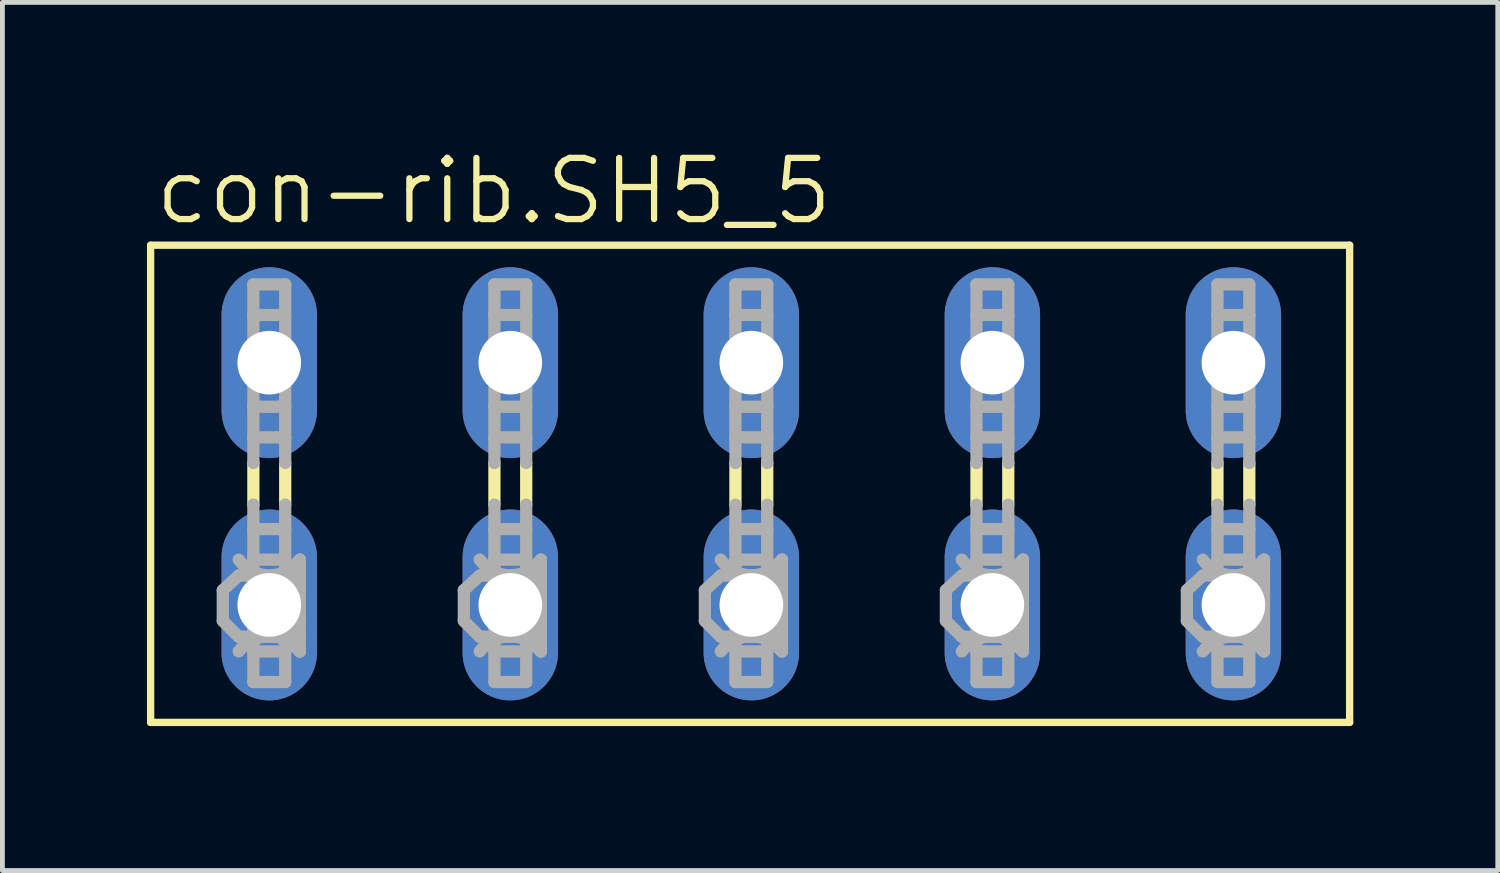
<source format=kicad_pcb>
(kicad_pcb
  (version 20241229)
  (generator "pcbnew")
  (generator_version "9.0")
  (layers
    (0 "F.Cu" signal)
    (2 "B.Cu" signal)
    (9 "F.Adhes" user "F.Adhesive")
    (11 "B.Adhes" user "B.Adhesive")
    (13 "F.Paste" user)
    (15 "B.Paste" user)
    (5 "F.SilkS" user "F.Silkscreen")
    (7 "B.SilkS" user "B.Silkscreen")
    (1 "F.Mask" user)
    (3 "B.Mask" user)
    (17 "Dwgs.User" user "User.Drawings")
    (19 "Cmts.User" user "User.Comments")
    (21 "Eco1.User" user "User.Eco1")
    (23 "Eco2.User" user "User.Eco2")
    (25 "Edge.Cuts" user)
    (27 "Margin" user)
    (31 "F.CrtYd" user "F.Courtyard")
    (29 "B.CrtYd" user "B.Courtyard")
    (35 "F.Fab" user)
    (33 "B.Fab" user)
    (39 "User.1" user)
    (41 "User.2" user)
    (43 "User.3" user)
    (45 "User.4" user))
  (footprint "con-rib.SH5_5"
    (layer "F.Cu")
    (at 12.548 6.994)
    (property "Reference" "con-rib.SH5_5" (at -12.446 -5.334 0) (layer "F.SilkS") (effects (font (size 1.27 1.27) (thickness 0.13)) (justify left bottom)))
    (attr through_hole)
    (fp_line (start -12.471 -4.953) (end -12.471 4.953) (stroke (width 0.152) (type default)) (layer "F.SilkS"))
    (fp_line (start -12.471 -4.953) (end 12.421 -4.953) (stroke (width 0.152) (type default)) (layer "F.SilkS"))
    (fp_line (start -10.338 0.432) (end -10.338 -0.432) (stroke (width 0.254) (type default)) (layer "F.SilkS"))
    (fp_line (start -9.677 0.432) (end -9.677 -0.432) (stroke (width 0.254) (type default)) (layer "F.SilkS"))
    (fp_line (start -5.334 0.432) (end -5.334 -0.432) (stroke (width 0.254) (type default)) (layer "F.SilkS"))
    (fp_line (start -4.674 0.432) (end -4.674 -0.432) (stroke (width 0.254) (type default)) (layer "F.SilkS"))
    (fp_line (start -0.33 0.432) (end -0.33 -0.432) (stroke (width 0.254) (type default)) (layer "F.SilkS"))
    (fp_line (start 0.33 0.432) (end 0.33 -0.432) (stroke (width 0.254) (type default)) (layer "F.SilkS"))
    (fp_line (start 4.674 0.432) (end 4.674 -0.432) (stroke (width 0.254) (type default)) (layer "F.SilkS"))
    (fp_line (start 5.334 0.432) (end 5.334 -0.432) (stroke (width 0.254) (type default)) (layer "F.SilkS"))
    (fp_line (start 9.677 0.432) (end 9.677 -0.432) (stroke (width 0.254) (type default)) (layer "F.SilkS"))
    (fp_line (start 10.338 0.432) (end 10.338 -0.432) (stroke (width 0.254) (type default)) (layer "F.SilkS"))
    (fp_line (start 12.421 4.953) (end -12.471 4.953) (stroke (width 0.152) (type default)) (layer "F.SilkS"))
    (fp_line (start 12.421 4.953) (end 12.421 -4.953) (stroke (width 0.152) (type default)) (layer "F.SilkS"))
    (fp_line (start -10.973 2.21) (end -10.643 1.905) (stroke (width 0.254) (type default)) (layer "F.Fab"))
    (fp_line (start -10.973 2.845) (end -10.973 2.21) (stroke (width 0.254) (type default)) (layer "F.Fab"))
    (fp_line (start -10.973 2.845) (end -10.643 3.175) (stroke (width 0.254) (type default)) (layer "F.Fab"))
    (fp_line (start -10.338 -4.14) (end -9.677 -4.14) (stroke (width 0.254) (type default)) (layer "F.Fab"))
    (fp_line (start -10.338 -3.505) (end -10.338 -4.14) (stroke (width 0.254) (type default)) (layer "F.Fab"))
    (fp_line (start -10.338 -3.505) (end -10.338 -1.6) (stroke (width 0.254) (type default)) (layer "F.Fab"))
    (fp_line (start -10.338 -1.6) (end -10.338 -0.965) (stroke (width 0.254) (type default)) (layer "F.Fab"))
    (fp_line (start -10.338 -1.6) (end -9.677 -1.6) (stroke (width 0.254) (type default)) (layer "F.Fab"))
    (fp_line (start -10.338 -0.965) (end -9.677 -0.965) (stroke (width 0.254) (type default)) (layer "F.Fab"))
    (fp_line (start -10.338 -0.432) (end -10.338 -0.965) (stroke (width 0.254) (type default)) (layer "F.Fab"))
    (fp_line (start -10.338 0.94) (end -10.338 0.432) (stroke (width 0.254) (type default)) (layer "F.Fab"))
    (fp_line (start -10.338 0.94) (end -9.677 0.94) (stroke (width 0.254) (type default)) (layer "F.Fab"))
    (fp_line (start -10.338 1.575) (end -10.338 0.94) (stroke (width 0.254) (type default)) (layer "F.Fab"))
    (fp_line (start -10.338 1.575) (end -10.338 3.48) (stroke (width 0.254) (type default)) (layer "F.Fab"))
    (fp_line (start -10.338 3.48) (end -10.338 4.115) (stroke (width 0.254) (type default)) (layer "F.Fab"))
    (fp_line (start -10.338 3.48) (end -9.677 3.48) (stroke (width 0.254) (type default)) (layer "F.Fab"))
    (fp_line (start -10.338 4.115) (end -9.677 4.115) (stroke (width 0.254) (type default)) (layer "F.Fab"))
    (fp_line (start -9.677 -4.14) (end -9.677 -3.505) (stroke (width 0.254) (type default)) (layer "F.Fab"))
    (fp_line (start -9.677 -3.505) (end -10.338 -3.505) (stroke (width 0.254) (type default)) (layer "F.Fab"))
    (fp_line (start -9.677 -1.6) (end -9.677 -3.505) (stroke (width 0.254) (type default)) (layer "F.Fab"))
    (fp_line (start -9.677 -0.965) (end -9.677 -1.6) (stroke (width 0.254) (type default)) (layer "F.Fab"))
    (fp_line (start -9.677 -0.432) (end -9.677 -0.965) (stroke (width 0.254) (type default)) (layer "F.Fab"))
    (fp_line (start -9.677 0.94) (end -9.677 0.432) (stroke (width 0.254) (type default)) (layer "F.Fab"))
    (fp_line (start -9.677 0.94) (end -9.677 1.575) (stroke (width 0.254) (type default)) (layer "F.Fab"))
    (fp_line (start -9.677 1.575) (end -10.338 1.575) (stroke (width 0.254) (type default)) (layer "F.Fab"))
    (fp_line (start -9.677 1.905) (end -10.643 1.905) (stroke (width 0.254) (type default)) (layer "F.Fab"))
    (fp_line (start -9.677 1.905) (end -9.677 1.575) (stroke (width 0.254) (type default)) (layer "F.Fab"))
    (fp_line (start -9.677 1.905) (end -9.373 1.575) (stroke (width 0.254) (type default)) (layer "F.Fab"))
    (fp_line (start -9.677 1.905) (end -9.373 2.21) (stroke (width 0.254) (type default)) (layer "F.Fab"))
    (fp_line (start -9.677 3.175) (end -10.643 3.175) (stroke (width 0.254) (type default)) (layer "F.Fab"))
    (fp_line (start -9.677 3.175) (end -9.677 1.905) (stroke (width 0.254) (type default)) (layer "F.Fab"))
    (fp_line (start -9.677 3.175) (end -9.373 2.845) (stroke (width 0.254) (type default)) (layer "F.Fab"))
    (fp_line (start -9.677 3.175) (end -9.373 3.48) (stroke (width 0.254) (type default)) (layer "F.Fab"))
    (fp_line (start -9.677 3.48) (end -9.677 3.175) (stroke (width 0.254) (type default)) (layer "F.Fab"))
    (fp_line (start -9.677 4.115) (end -9.677 3.48) (stroke (width 0.254) (type default)) (layer "F.Fab"))
    (fp_line (start -9.373 1.905) (end -9.677 1.905) (stroke (width 0.254) (type default)) (layer "F.Fab"))
    (fp_line (start -9.373 1.905) (end -9.373 1.575) (stroke (width 0.254) (type default)) (layer "F.Fab"))
    (fp_line (start -9.373 2.21) (end -9.373 1.905) (stroke (width 0.254) (type default)) (layer "F.Fab"))
    (fp_line (start -9.373 2.845) (end -9.373 2.21) (stroke (width 0.254) (type default)) (layer "F.Fab"))
    (fp_line (start -9.373 3.175) (end -9.677 3.175) (stroke (width 0.254) (type default)) (layer "F.Fab"))
    (fp_line (start -9.373 3.175) (end -9.373 2.845) (stroke (width 0.254) (type default)) (layer "F.Fab"))
    (fp_line (start -9.373 3.48) (end -9.373 3.175) (stroke (width 0.254) (type default)) (layer "F.Fab"))
    (fp_line (start -5.969 2.21) (end -5.639 1.905) (stroke (width 0.254) (type default)) (layer "F.Fab"))
    (fp_line (start -5.969 2.845) (end -5.969 2.21) (stroke (width 0.254) (type default)) (layer "F.Fab"))
    (fp_line (start -5.969 2.845) (end -5.639 3.175) (stroke (width 0.254) (type default)) (layer "F.Fab"))
    (fp_line (start -5.334 -4.14) (end -4.674 -4.14) (stroke (width 0.254) (type default)) (layer "F.Fab"))
    (fp_line (start -5.334 -3.505) (end -5.334 -4.14) (stroke (width 0.254) (type default)) (layer "F.Fab"))
    (fp_line (start -5.334 -3.505) (end -5.334 -1.6) (stroke (width 0.254) (type default)) (layer "F.Fab"))
    (fp_line (start -5.334 -1.6) (end -5.334 -0.965) (stroke (width 0.254) (type default)) (layer "F.Fab"))
    (fp_line (start -5.334 -1.6) (end -4.674 -1.6) (stroke (width 0.254) (type default)) (layer "F.Fab"))
    (fp_line (start -5.334 -0.965) (end -4.674 -0.965) (stroke (width 0.254) (type default)) (layer "F.Fab"))
    (fp_line (start -5.334 -0.432) (end -5.334 -0.965) (stroke (width 0.254) (type default)) (layer "F.Fab"))
    (fp_line (start -5.334 0.94) (end -5.334 0.432) (stroke (width 0.254) (type default)) (layer "F.Fab"))
    (fp_line (start -5.334 0.94) (end -4.674 0.94) (stroke (width 0.254) (type default)) (layer "F.Fab"))
    (fp_line (start -5.334 1.575) (end -5.334 0.94) (stroke (width 0.254) (type default)) (layer "F.Fab"))
    (fp_line (start -5.334 1.575) (end -5.334 3.48) (stroke (width 0.254) (type default)) (layer "F.Fab"))
    (fp_line (start -5.334 3.48) (end -5.334 4.115) (stroke (width 0.254) (type default)) (layer "F.Fab"))
    (fp_line (start -5.334 3.48) (end -4.674 3.48) (stroke (width 0.254) (type default)) (layer "F.Fab"))
    (fp_line (start -5.334 4.115) (end -4.674 4.115) (stroke (width 0.254) (type default)) (layer "F.Fab"))
    (fp_line (start -4.674 -4.14) (end -4.674 -3.505) (stroke (width 0.254) (type default)) (layer "F.Fab"))
    (fp_line (start -4.674 -3.505) (end -5.334 -3.505) (stroke (width 0.254) (type default)) (layer "F.Fab"))
    (fp_line (start -4.674 -1.6) (end -4.674 -3.505) (stroke (width 0.254) (type default)) (layer "F.Fab"))
    (fp_line (start -4.674 -0.965) (end -4.674 -1.6) (stroke (width 0.254) (type default)) (layer "F.Fab"))
    (fp_line (start -4.674 -0.432) (end -4.674 -0.965) (stroke (width 0.254) (type default)) (layer "F.Fab"))
    (fp_line (start -4.674 0.94) (end -4.674 0.432) (stroke (width 0.254) (type default)) (layer "F.Fab"))
    (fp_line (start -4.674 0.94) (end -4.674 1.575) (stroke (width 0.254) (type default)) (layer "F.Fab"))
    (fp_line (start -4.674 1.575) (end -5.334 1.575) (stroke (width 0.254) (type default)) (layer "F.Fab"))
    (fp_line (start -4.674 1.905) (end -5.639 1.905) (stroke (width 0.254) (type default)) (layer "F.Fab"))
    (fp_line (start -4.674 1.905) (end -4.674 1.575) (stroke (width 0.254) (type default)) (layer "F.Fab"))
    (fp_line (start -4.674 1.905) (end -4.369 1.575) (stroke (width 0.254) (type default)) (layer "F.Fab"))
    (fp_line (start -4.674 1.905) (end -4.369 2.21) (stroke (width 0.254) (type default)) (layer "F.Fab"))
    (fp_line (start -4.674 3.175) (end -5.639 3.175) (stroke (width 0.254) (type default)) (layer "F.Fab"))
    (fp_line (start -4.674 3.175) (end -4.674 1.905) (stroke (width 0.254) (type default)) (layer "F.Fab"))
    (fp_line (start -4.674 3.175) (end -4.369 2.845) (stroke (width 0.254) (type default)) (layer "F.Fab"))
    (fp_line (start -4.674 3.175) (end -4.369 3.48) (stroke (width 0.254) (type default)) (layer "F.Fab"))
    (fp_line (start -4.674 3.48) (end -4.674 3.175) (stroke (width 0.254) (type default)) (layer "F.Fab"))
    (fp_line (start -4.674 4.115) (end -4.674 3.48) (stroke (width 0.254) (type default)) (layer "F.Fab"))
    (fp_line (start -4.369 1.905) (end -4.674 1.905) (stroke (width 0.254) (type default)) (layer "F.Fab"))
    (fp_line (start -4.369 1.905) (end -4.369 1.575) (stroke (width 0.254) (type default)) (layer "F.Fab"))
    (fp_line (start -4.369 2.21) (end -4.369 1.905) (stroke (width 0.254) (type default)) (layer "F.Fab"))
    (fp_line (start -4.369 2.845) (end -4.369 2.21) (stroke (width 0.254) (type default)) (layer "F.Fab"))
    (fp_line (start -4.369 3.175) (end -4.674 3.175) (stroke (width 0.254) (type default)) (layer "F.Fab"))
    (fp_line (start -4.369 3.175) (end -4.369 2.845) (stroke (width 0.254) (type default)) (layer "F.Fab"))
    (fp_line (start -4.369 3.48) (end -4.369 3.175) (stroke (width 0.254) (type default)) (layer "F.Fab"))
    (fp_line (start -0.965 2.21) (end -0.635 1.905) (stroke (width 0.254) (type default)) (layer "F.Fab"))
    (fp_line (start -0.965 2.845) (end -0.965 2.21) (stroke (width 0.254) (type default)) (layer "F.Fab"))
    (fp_line (start -0.965 2.845) (end -0.635 3.175) (stroke (width 0.254) (type default)) (layer "F.Fab"))
    (fp_line (start -0.33 -4.14) (end 0.33 -4.14) (stroke (width 0.254) (type default)) (layer "F.Fab"))
    (fp_line (start -0.33 -3.505) (end -0.33 -4.14) (stroke (width 0.254) (type default)) (layer "F.Fab"))
    (fp_line (start -0.33 -3.505) (end -0.33 -1.6) (stroke (width 0.254) (type default)) (layer "F.Fab"))
    (fp_line (start -0.33 -1.6) (end 0.33 -1.6) (stroke (width 0.254) (type default)) (layer "F.Fab"))
    (fp_line (start -0.33 -0.965) (end -0.33 -1.6) (stroke (width 0.254) (type default)) (layer "F.Fab"))
    (fp_line (start -0.33 -0.965) (end 0.33 -0.965) (stroke (width 0.254) (type default)) (layer "F.Fab"))
    (fp_line (start -0.33 -0.432) (end -0.33 -0.965) (stroke (width 0.254) (type default)) (layer "F.Fab"))
    (fp_line (start -0.33 0.94) (end -0.33 0.432) (stroke (width 0.254) (type default)) (layer "F.Fab"))
    (fp_line (start -0.33 0.94) (end 0.33 0.94) (stroke (width 0.254) (type default)) (layer "F.Fab"))
    (fp_line (start -0.33 1.575) (end -0.33 0.94) (stroke (width 0.254) (type default)) (layer "F.Fab"))
    (fp_line (start -0.33 1.575) (end -0.33 3.48) (stroke (width 0.254) (type default)) (layer "F.Fab"))
    (fp_line (start -0.33 3.48) (end -0.33 4.115) (stroke (width 0.254) (type default)) (layer "F.Fab"))
    (fp_line (start -0.33 3.48) (end 0.33 3.48) (stroke (width 0.254) (type default)) (layer "F.Fab"))
    (fp_line (start -0.33 4.115) (end 0.33 4.115) (stroke (width 0.254) (type default)) (layer "F.Fab"))
    (fp_line (start 0.33 -4.14) (end 0.33 -3.505) (stroke (width 0.254) (type default)) (layer "F.Fab"))
    (fp_line (start 0.33 -3.505) (end -0.33 -3.505) (stroke (width 0.254) (type default)) (layer "F.Fab"))
    (fp_line (start 0.33 -1.6) (end 0.33 -3.505) (stroke (width 0.254) (type default)) (layer "F.Fab"))
    (fp_line (start 0.33 -0.965) (end 0.33 -1.6) (stroke (width 0.254) (type default)) (layer "F.Fab"))
    (fp_line (start 0.33 -0.432) (end 0.33 -0.965) (stroke (width 0.254) (type default)) (layer "F.Fab"))
    (fp_line (start 0.33 0.94) (end 0.33 0.432) (stroke (width 0.254) (type default)) (layer "F.Fab"))
    (fp_line (start 0.33 0.94) (end 0.33 1.575) (stroke (width 0.254) (type default)) (layer "F.Fab"))
    (fp_line (start 0.33 1.575) (end -0.33 1.575) (stroke (width 0.254) (type default)) (layer "F.Fab"))
    (fp_line (start 0.33 1.905) (end -0.635 1.905) (stroke (width 0.254) (type default)) (layer "F.Fab"))
    (fp_line (start 0.33 1.905) (end 0.33 1.575) (stroke (width 0.254) (type default)) (layer "F.Fab"))
    (fp_line (start 0.33 1.905) (end 0.635 1.575) (stroke (width 0.254) (type default)) (layer "F.Fab"))
    (fp_line (start 0.33 1.905) (end 0.635 2.21) (stroke (width 0.254) (type default)) (layer "F.Fab"))
    (fp_line (start 0.33 3.175) (end -0.635 3.175) (stroke (width 0.254) (type default)) (layer "F.Fab"))
    (fp_line (start 0.33 3.175) (end 0.33 1.905) (stroke (width 0.254) (type default)) (layer "F.Fab"))
    (fp_line (start 0.33 3.175) (end 0.635 2.845) (stroke (width 0.254) (type default)) (layer "F.Fab"))
    (fp_line (start 0.33 3.175) (end 0.635 3.48) (stroke (width 0.254) (type default)) (layer "F.Fab"))
    (fp_line (start 0.33 3.48) (end 0.33 3.175) (stroke (width 0.254) (type default)) (layer "F.Fab"))
    (fp_line (start 0.33 4.115) (end 0.33 3.48) (stroke (width 0.254) (type default)) (layer "F.Fab"))
    (fp_line (start 0.635 1.905) (end 0.33 1.905) (stroke (width 0.254) (type default)) (layer "F.Fab"))
    (fp_line (start 0.635 1.905) (end 0.635 1.575) (stroke (width 0.254) (type default)) (layer "F.Fab"))
    (fp_line (start 0.635 2.21) (end 0.635 1.905) (stroke (width 0.254) (type default)) (layer "F.Fab"))
    (fp_line (start 0.635 2.845) (end 0.635 2.21) (stroke (width 0.254) (type default)) (layer "F.Fab"))
    (fp_line (start 0.635 3.175) (end 0.33 3.175) (stroke (width 0.254) (type default)) (layer "F.Fab"))
    (fp_line (start 0.635 3.175) (end 0.635 2.845) (stroke (width 0.254) (type default)) (layer "F.Fab"))
    (fp_line (start 0.635 3.48) (end 0.635 3.175) (stroke (width 0.254) (type default)) (layer "F.Fab"))
    (fp_line (start 4.039 2.21) (end 4.369 1.905) (stroke (width 0.254) (type default)) (layer "F.Fab"))
    (fp_line (start 4.039 2.845) (end 4.039 2.21) (stroke (width 0.254) (type default)) (layer "F.Fab"))
    (fp_line (start 4.039 2.845) (end 4.369 3.175) (stroke (width 0.254) (type default)) (layer "F.Fab"))
    (fp_line (start 4.674 -4.14) (end 5.334 -4.14) (stroke (width 0.254) (type default)) (layer "F.Fab"))
    (fp_line (start 4.674 -3.505) (end 4.674 -4.14) (stroke (width 0.254) (type default)) (layer "F.Fab"))
    (fp_line (start 4.674 -3.505) (end 4.674 -1.6) (stroke (width 0.254) (type default)) (layer "F.Fab"))
    (fp_line (start 4.674 -1.6) (end 5.334 -1.6) (stroke (width 0.254) (type default)) (layer "F.Fab"))
    (fp_line (start 4.674 -0.965) (end 4.674 -1.6) (stroke (width 0.254) (type default)) (layer "F.Fab"))
    (fp_line (start 4.674 -0.965) (end 5.334 -0.965) (stroke (width 0.254) (type default)) (layer "F.Fab"))
    (fp_line (start 4.674 -0.432) (end 4.674 -0.965) (stroke (width 0.254) (type default)) (layer "F.Fab"))
    (fp_line (start 4.674 0.94) (end 4.674 0.432) (stroke (width 0.254) (type default)) (layer "F.Fab"))
    (fp_line (start 4.674 0.94) (end 5.334 0.94) (stroke (width 0.254) (type default)) (layer "F.Fab"))
    (fp_line (start 4.674 1.575) (end 4.674 0.94) (stroke (width 0.254) (type default)) (layer "F.Fab"))
    (fp_line (start 4.674 1.575) (end 4.674 3.48) (stroke (width 0.254) (type default)) (layer "F.Fab"))
    (fp_line (start 4.674 3.48) (end 4.674 4.115) (stroke (width 0.254) (type default)) (layer "F.Fab"))
    (fp_line (start 4.674 3.48) (end 5.334 3.48) (stroke (width 0.254) (type default)) (layer "F.Fab"))
    (fp_line (start 4.674 4.115) (end 5.334 4.115) (stroke (width 0.254) (type default)) (layer "F.Fab"))
    (fp_line (start 5.334 -4.14) (end 5.334 -3.505) (stroke (width 0.254) (type default)) (layer "F.Fab"))
    (fp_line (start 5.334 -3.505) (end 4.674 -3.505) (stroke (width 0.254) (type default)) (layer "F.Fab"))
    (fp_line (start 5.334 -1.6) (end 5.334 -3.505) (stroke (width 0.254) (type default)) (layer "F.Fab"))
    (fp_line (start 5.334 -0.965) (end 5.334 -1.6) (stroke (width 0.254) (type default)) (layer "F.Fab"))
    (fp_line (start 5.334 -0.432) (end 5.334 -0.965) (stroke (width 0.254) (type default)) (layer "F.Fab"))
    (fp_line (start 5.334 0.94) (end 5.334 0.432) (stroke (width 0.254) (type default)) (layer "F.Fab"))
    (fp_line (start 5.334 0.94) (end 5.334 1.575) (stroke (width 0.254) (type default)) (layer "F.Fab"))
    (fp_line (start 5.334 1.575) (end 4.674 1.575) (stroke (width 0.254) (type default)) (layer "F.Fab"))
    (fp_line (start 5.334 1.905) (end 4.369 1.905) (stroke (width 0.254) (type default)) (layer "F.Fab"))
    (fp_line (start 5.334 1.905) (end 5.334 1.575) (stroke (width 0.254) (type default)) (layer "F.Fab"))
    (fp_line (start 5.334 1.905) (end 5.639 1.575) (stroke (width 0.254) (type default)) (layer "F.Fab"))
    (fp_line (start 5.334 1.905) (end 5.639 2.21) (stroke (width 0.254) (type default)) (layer "F.Fab"))
    (fp_line (start 5.334 3.175) (end 4.369 3.175) (stroke (width 0.254) (type default)) (layer "F.Fab"))
    (fp_line (start 5.334 3.175) (end 5.334 1.905) (stroke (width 0.254) (type default)) (layer "F.Fab"))
    (fp_line (start 5.334 3.175) (end 5.639 2.845) (stroke (width 0.254) (type default)) (layer "F.Fab"))
    (fp_line (start 5.334 3.175) (end 5.639 3.48) (stroke (width 0.254) (type default)) (layer "F.Fab"))
    (fp_line (start 5.334 3.48) (end 5.334 3.175) (stroke (width 0.254) (type default)) (layer "F.Fab"))
    (fp_line (start 5.334 4.115) (end 5.334 3.48) (stroke (width 0.254) (type default)) (layer "F.Fab"))
    (fp_line (start 5.639 1.905) (end 5.334 1.905) (stroke (width 0.254) (type default)) (layer "F.Fab"))
    (fp_line (start 5.639 1.905) (end 5.639 1.575) (stroke (width 0.254) (type default)) (layer "F.Fab"))
    (fp_line (start 5.639 2.21) (end 5.639 1.905) (stroke (width 0.254) (type default)) (layer "F.Fab"))
    (fp_line (start 5.639 2.845) (end 5.639 2.21) (stroke (width 0.254) (type default)) (layer "F.Fab"))
    (fp_line (start 5.639 3.175) (end 5.334 3.175) (stroke (width 0.254) (type default)) (layer "F.Fab"))
    (fp_line (start 5.639 3.175) (end 5.639 2.845) (stroke (width 0.254) (type default)) (layer "F.Fab"))
    (fp_line (start 5.639 3.48) (end 5.639 3.175) (stroke (width 0.254) (type default)) (layer "F.Fab"))
    (fp_line (start 9.042 2.21) (end 9.373 1.905) (stroke (width 0.254) (type default)) (layer "F.Fab"))
    (fp_line (start 9.042 2.845) (end 9.042 2.21) (stroke (width 0.254) (type default)) (layer "F.Fab"))
    (fp_line (start 9.042 2.845) (end 9.373 3.175) (stroke (width 0.254) (type default)) (layer "F.Fab"))
    (fp_line (start 9.677 -4.14) (end 10.338 -4.14) (stroke (width 0.254) (type default)) (layer "F.Fab"))
    (fp_line (start 9.677 -3.505) (end 9.677 -4.14) (stroke (width 0.254) (type default)) (layer "F.Fab"))
    (fp_line (start 9.677 -3.505) (end 9.677 -1.6) (stroke (width 0.254) (type default)) (layer "F.Fab"))
    (fp_line (start 9.677 -1.6) (end 10.338 -1.6) (stroke (width 0.254) (type default)) (layer "F.Fab"))
    (fp_line (start 9.677 -0.965) (end 9.677 -1.6) (stroke (width 0.254) (type default)) (layer "F.Fab"))
    (fp_line (start 9.677 -0.965) (end 10.338 -0.965) (stroke (width 0.254) (type default)) (layer "F.Fab"))
    (fp_line (start 9.677 -0.432) (end 9.677 -0.965) (stroke (width 0.254) (type default)) (layer "F.Fab"))
    (fp_line (start 9.677 0.94) (end 9.677 0.432) (stroke (width 0.254) (type default)) (layer "F.Fab"))
    (fp_line (start 9.677 0.94) (end 10.338 0.94) (stroke (width 0.254) (type default)) (layer "F.Fab"))
    (fp_line (start 9.677 1.575) (end 9.677 0.94) (stroke (width 0.254) (type default)) (layer "F.Fab"))
    (fp_line (start 9.677 1.575) (end 9.677 3.48) (stroke (width 0.254) (type default)) (layer "F.Fab"))
    (fp_line (start 9.677 3.48) (end 9.677 4.115) (stroke (width 0.254) (type default)) (layer "F.Fab"))
    (fp_line (start 9.677 3.48) (end 10.338 3.48) (stroke (width 0.254) (type default)) (layer "F.Fab"))
    (fp_line (start 9.677 4.115) (end 10.338 4.115) (stroke (width 0.254) (type default)) (layer "F.Fab"))
    (fp_line (start 10.338 -4.14) (end 10.338 -3.505) (stroke (width 0.254) (type default)) (layer "F.Fab"))
    (fp_line (start 10.338 -3.505) (end 9.677 -3.505) (stroke (width 0.254) (type default)) (layer "F.Fab"))
    (fp_line (start 10.338 -1.6) (end 10.338 -3.505) (stroke (width 0.254) (type default)) (layer "F.Fab"))
    (fp_line (start 10.338 -0.965) (end 10.338 -1.6) (stroke (width 0.254) (type default)) (layer "F.Fab"))
    (fp_line (start 10.338 -0.432) (end 10.338 -0.965) (stroke (width 0.254) (type default)) (layer "F.Fab"))
    (fp_line (start 10.338 0.94) (end 10.338 0.432) (stroke (width 0.254) (type default)) (layer "F.Fab"))
    (fp_line (start 10.338 0.94) (end 10.338 1.575) (stroke (width 0.254) (type default)) (layer "F.Fab"))
    (fp_line (start 10.338 1.575) (end 9.677 1.575) (stroke (width 0.254) (type default)) (layer "F.Fab"))
    (fp_line (start 10.338 1.905) (end 9.373 1.905) (stroke (width 0.254) (type default)) (layer "F.Fab"))
    (fp_line (start 10.338 1.905) (end 10.338 1.575) (stroke (width 0.254) (type default)) (layer "F.Fab"))
    (fp_line (start 10.338 1.905) (end 10.643 1.575) (stroke (width 0.254) (type default)) (layer "F.Fab"))
    (fp_line (start 10.338 1.905) (end 10.643 2.21) (stroke (width 0.254) (type default)) (layer "F.Fab"))
    (fp_line (start 10.338 3.175) (end 9.373 3.175) (stroke (width 0.254) (type default)) (layer "F.Fab"))
    (fp_line (start 10.338 3.175) (end 10.338 1.905) (stroke (width 0.254) (type default)) (layer "F.Fab"))
    (fp_line (start 10.338 3.175) (end 10.643 2.845) (stroke (width 0.254) (type default)) (layer "F.Fab"))
    (fp_line (start 10.338 3.175) (end 10.643 3.48) (stroke (width 0.254) (type default)) (layer "F.Fab"))
    (fp_line (start 10.338 3.48) (end 10.338 3.175) (stroke (width 0.254) (type default)) (layer "F.Fab"))
    (fp_line (start 10.338 4.115) (end 10.338 3.48) (stroke (width 0.254) (type default)) (layer "F.Fab"))
    (fp_line (start 10.643 1.905) (end 10.338 1.905) (stroke (width 0.254) (type default)) (layer "F.Fab"))
    (fp_line (start 10.643 1.905) (end 10.643 1.575) (stroke (width 0.254) (type default)) (layer "F.Fab"))
    (fp_line (start 10.643 2.21) (end 10.643 1.905) (stroke (width 0.254) (type default)) (layer "F.Fab"))
    (fp_line (start 10.643 2.845) (end 10.643 2.21) (stroke (width 0.254) (type default)) (layer "F.Fab"))
    (fp_line (start 10.643 3.175) (end 10.338 3.175) (stroke (width 0.254) (type default)) (layer "F.Fab"))
    (fp_line (start 10.643 3.175) (end 10.643 2.845) (stroke (width 0.254) (type default)) (layer "F.Fab"))
    (fp_line (start 10.643 3.48) (end 10.643 3.175) (stroke (width 0.254) (type default)) (layer "F.Fab"))
    (fp_arc (start -10.6426 3.4798) (mid -10.0076 3.164824) (end -9.3726 3.4798) (stroke (width 0.254) (type default)) (layer "F.Fab"))
    (fp_arc (start -9.3726 1.5748) (mid -10.0076 1.900068) (end -10.6426 1.5748) (stroke (width 0.254) (type default)) (layer "F.Fab"))
    (fp_arc (start -5.6388 3.4798) (mid -5.0038 3.164824) (end -4.3688 3.4798) (stroke (width 0.254) (type default)) (layer "F.Fab"))
    (fp_arc (start -4.3688 1.5748) (mid -5.0038 1.900068) (end -5.6388 1.5748) (stroke (width 0.254) (type default)) (layer "F.Fab"))
    (fp_arc (start -0.635 3.4798) (mid 0 3.164824) (end 0.635 3.4798) (stroke (width 0.254) (type default)) (layer "F.Fab"))
    (fp_arc (start 0.635 1.5748) (mid 0 1.900068) (end -0.635 1.5748) (stroke (width 0.254) (type default)) (layer "F.Fab"))
    (fp_arc (start 4.3688 3.4798) (mid 5.0038 3.164824) (end 5.6388 3.4798) (stroke (width 0.254) (type default)) (layer "F.Fab"))
    (fp_arc (start 5.6388 1.5748) (mid 5.0038 1.900068) (end 4.3688 1.5748) (stroke (width 0.254) (type default)) (layer "F.Fab"))
    (fp_arc (start 9.3726 3.4798) (mid 10.0076 3.164824) (end 10.6426 3.4798) (stroke (width 0.254) (type default)) (layer "F.Fab"))
    (fp_arc (start 10.6426 1.5748) (mid 10.0076 1.900068) (end 9.3726 1.5748) (stroke (width 0.254) (type default)) (layer "F.Fab"))
    (pad "1" thru_hole oval (at -10.008 2.515 90) (size 3.962 1.981) (drill 1.321) (layers "*.Cu" "*.Mask"))
    (pad "2" thru_hole oval (at -10.008 -2.515 90) (size 3.962 1.981) (drill 1.321) (layers "*.Cu" "*.Mask"))
    (pad "3" thru_hole oval (at -5.004 2.515 90) (size 3.962 1.981) (drill 1.321) (layers "*.Cu" "*.Mask"))
    (pad "4" thru_hole oval (at -5.004 -2.515 90) (size 3.962 1.981) (drill 1.321) (layers "*.Cu" "*.Mask"))
    (pad "5" thru_hole oval (at 0 2.515 90) (size 3.962 1.981) (drill 1.321) (layers "*.Cu" "*.Mask"))
    (pad "6" thru_hole oval (at 0 -2.515 90) (size 3.962 1.981) (drill 1.321) (layers "*.Cu" "*.Mask"))
    (pad "7" thru_hole oval (at 5.004 2.515 90) (size 3.962 1.981) (drill 1.321) (layers "*.Cu" "*.Mask"))
    (pad "8" thru_hole oval (at 5.004 -2.515 90) (size 3.962 1.981) (drill 1.321) (layers "*.Cu" "*.Mask"))
    (pad "9" thru_hole oval (at 10.008 2.515 90) (size 3.962 1.981) (drill 1.321) (layers "*.Cu" "*.Mask"))
    (pad "10" thru_hole oval (at 10.008 -2.515 90) (size 3.962 1.981) (drill 1.321) (layers "*.Cu" "*.Mask")))
  (gr_rect
    (start -3 -3)
    (end 28.044 15.023)
    (stroke (width 0.1) (type default))
    (fill no)
    (layer "Edge.Cuts")))
</source>
